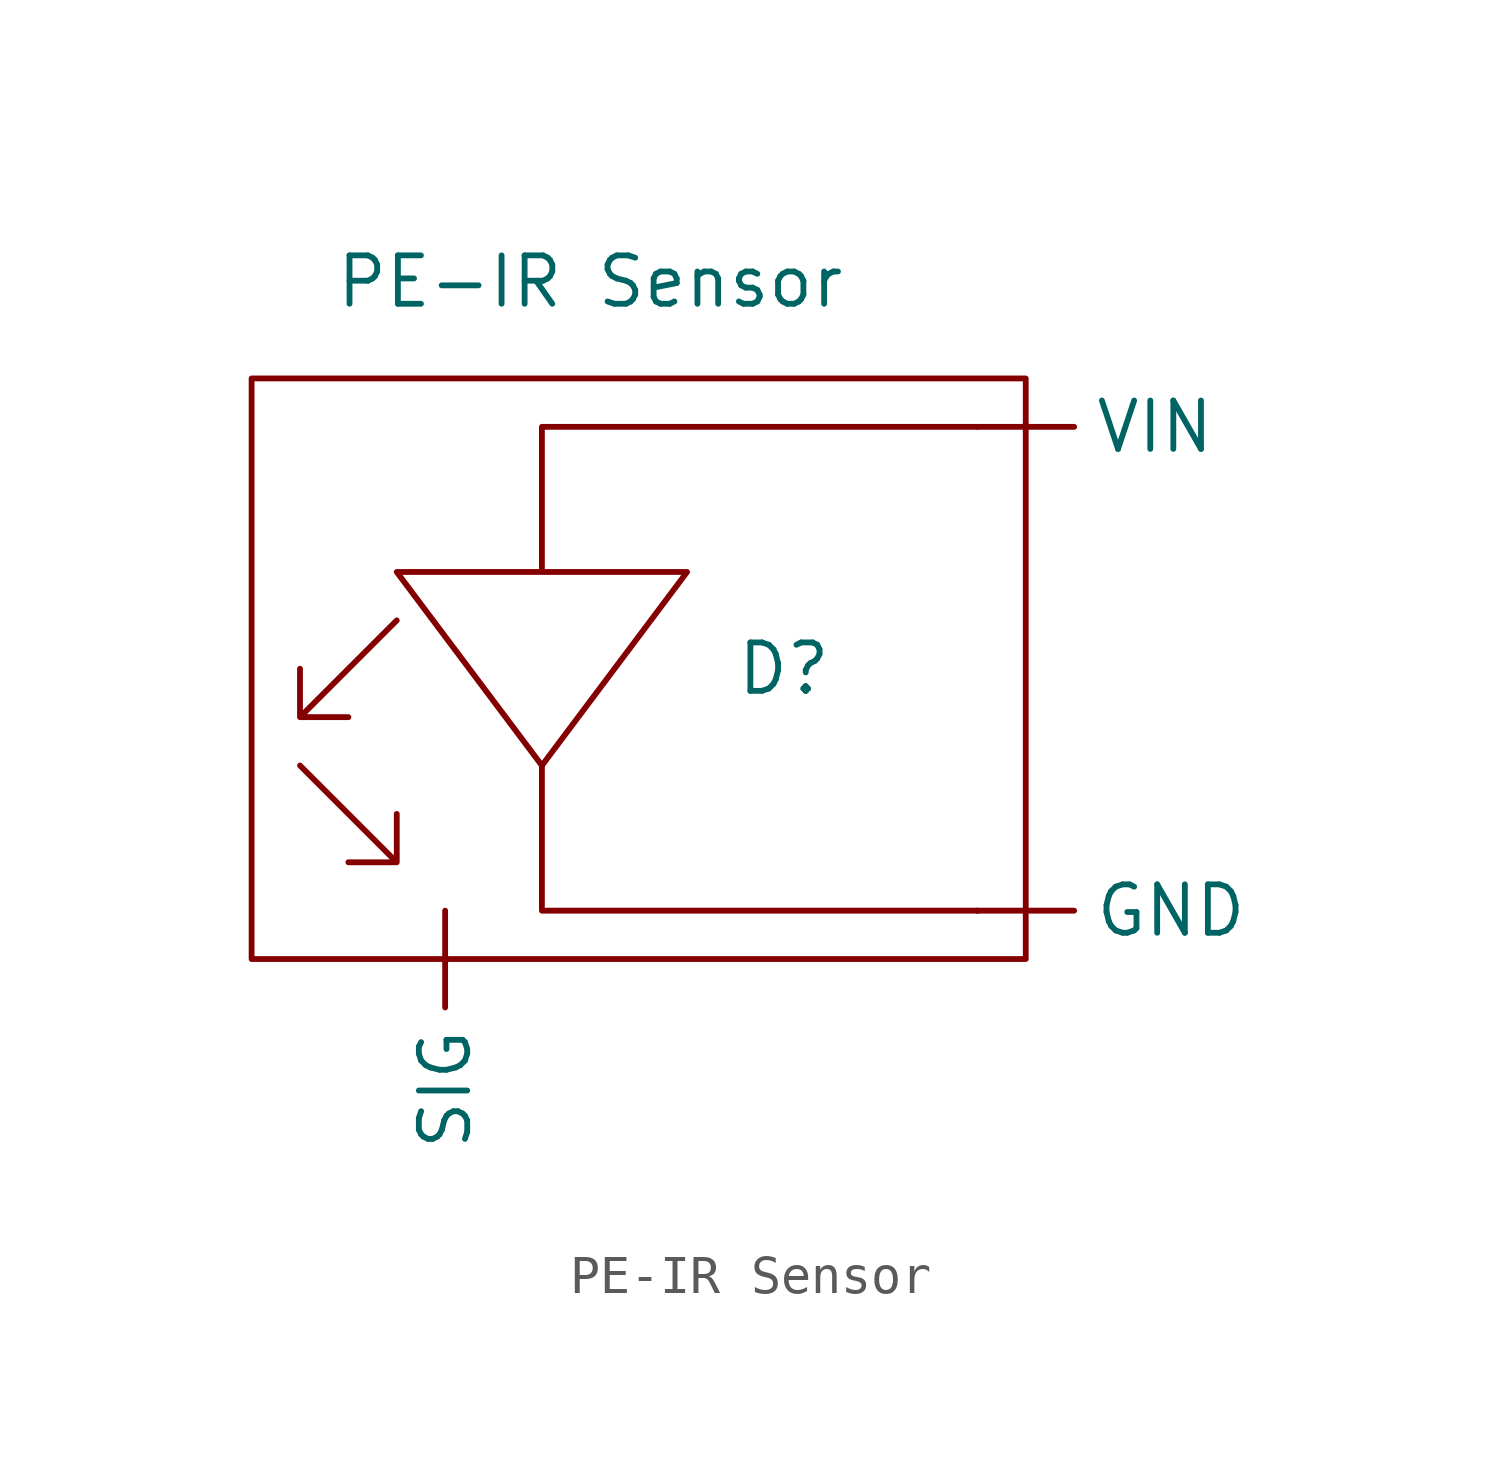
<source format=kicad_sym>
(kicad_symbol_lib
  (version 20211014)
  (generator kicad_symbol_editor)
  (symbol "PE-IR Sensor"
    (property "Reference" "D"
      (at 3.81 7.62 0)
      (effects (font (size 1.27 1.27))))
    (property "Value" "PE-IR Sensor"
      (at -1.27 17.78 0)
      (effects (font (size 1.27 1.27))))
    (symbol "PE-IR Sensor_0_1"
      (rectangle (start -10.16 15.24) (end 10.16 0) (stroke (width 0) (type default) (color 0 0 0 0)) (fill (type none)))
      (polyline (pts (xy 8.89 1.27) (xy 8.89 1.27)) (stroke (width 0) (type default) (color 0 0 0 0)) (fill (type none)))
      (polyline (pts (xy -2.54 5.08) (xy -2.54 1.27) (xy 8.89 1.27)) (stroke (width 0) (type default) (color 0 0 0 0)) (fill (type none)))
      (polyline (pts (xy -8.89 5.08) (xy -6.35 2.54) (xy -7.62 2.54) (xy -6.35 2.54) (xy -6.35 3.81)) (stroke (width 0) (type default) (color 0 0 0 0)) (fill (type none)))
      (polyline (pts (xy -6.35 8.89) (xy -8.89 6.35) (xy -8.89 7.62) (xy -8.89 6.35) (xy -7.62 6.35)) (stroke (width 0) (type default) (color 0 0 0 0)) (fill (type none)))
      (polyline (pts (xy 8.89 13.97) (xy -2.54 13.97) (xy -2.54 10.16) (xy -6.35 10.16) (xy -2.54 5.08) (xy 1.27 10.16) (xy -2.54 10.16)) (stroke (width 0) (type default) (color 0 0 0 0)) (fill (type none))))
    (symbol "PE-IR Sensor_1_1"
      (pin output line (at 8.89 1.27 0) (length 2.54) (name "GND" (effects (font (size 1.27 1.27)))) (number "" (effects (font (size 1.27 1.27)))))
      (pin output line (at -5.08 1.27 270) (length 2.54) (name "SIG" (effects (font (size 1.27 1.27)))) (number "" (effects (font (size 1.27 1.27)))))
      (pin input line (at 8.89 13.97 0) (length 2.54) (name "VIN" (effects (font (size 1.27 1.27)))) (number "" (effects (font (size 1.27 1.27))))))))
</source>
